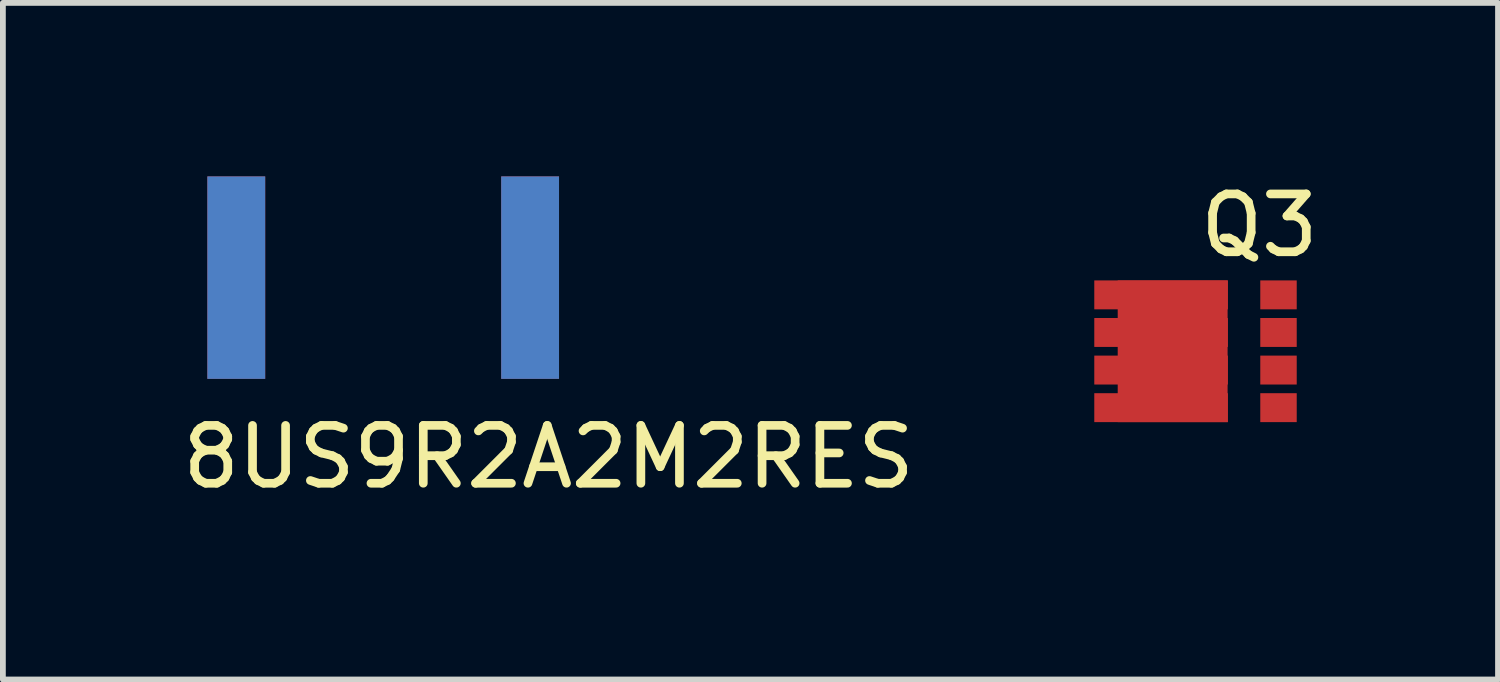
<source format=kicad_pcb>
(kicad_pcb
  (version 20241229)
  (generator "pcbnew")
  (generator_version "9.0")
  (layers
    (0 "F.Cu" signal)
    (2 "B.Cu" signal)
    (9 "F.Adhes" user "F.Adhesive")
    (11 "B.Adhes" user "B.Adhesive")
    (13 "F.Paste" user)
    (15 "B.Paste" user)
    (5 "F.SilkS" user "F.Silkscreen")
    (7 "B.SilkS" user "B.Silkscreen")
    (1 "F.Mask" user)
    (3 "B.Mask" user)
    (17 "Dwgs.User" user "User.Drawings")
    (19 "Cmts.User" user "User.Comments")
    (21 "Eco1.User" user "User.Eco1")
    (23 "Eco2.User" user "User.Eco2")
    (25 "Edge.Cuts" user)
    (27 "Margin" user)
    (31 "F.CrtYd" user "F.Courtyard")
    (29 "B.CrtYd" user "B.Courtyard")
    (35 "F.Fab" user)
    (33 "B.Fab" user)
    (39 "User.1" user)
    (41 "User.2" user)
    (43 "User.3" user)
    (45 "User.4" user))
  (footprint "8US9R2A2M2RES"
    (layer "F.Cu")
    (at 1.035 1.75)
    (property "Reference" "8US9R2A2M2RES" (at 5.4 3.1 0) (layer "F.SilkS") (effects (font (size 1 1) (thickness 0.15))))
    (attr through_hole)
    (pad "1" smd rect (at 5.08 0) (size 1 3.5) (layers "F.Mask" "B.Cu" "F.Paste"))
    (pad "3" smd rect (at 0 0) (size 1 3.5) (layers "F.Mask" "B.Cu" "F.Paste"))
    (pad "4" smd rect (at 5.08 0) (size 1 3.5) (layers "F.Cu" "F.Mask" "F.Paste"))
    (pad "6" smd rect (at 0 0) (size 1 3.5) (layers "F.Cu" "F.Mask" "F.Paste")))
  (footprint "Q3"
    (layer "F.Cu")
    (at 17.024 2.048)
    (property "Reference" "Q3" (at 1.7 -1.2 0) (layer "F.SilkS") (effects (font (size 1 1) (thickness 0.15))))
    (attr through_hole)
    (pad "1" smd rect (at 2.03 1.95) (size 0.63 0.5) (layers "F.Cu" "F.Mask" "F.Paste"))
    (pad "2" smd rect (at 2.03 1.3) (size 0.63 0.5) (layers "F.Cu" "F.Mask" "F.Paste"))
    (pad "3" smd rect (at 2.03 0.65) (size 0.63 0.5) (layers "F.Cu" "F.Mask" "F.Paste"))
    (pad "4" smd rect (at 2.03 0) (size 0.63 0.5) (layers "F.Cu" "F.Mask" "F.Paste"))
    (pad "5" smd rect (at 0 0) (size 2.31 0.5) (layers "F.Cu" "F.Mask" "F.Paste"))
    (pad "5" smd rect (at 0.2 0.975) (size 1.9 2.45) (layers "F.Cu" "F.Mask" "F.Paste"))
    (pad "6" smd rect (at 0 0.65) (size 2.31 0.5) (layers "F.Cu" "F.Mask" "F.Paste"))
    (pad "7" smd rect (at 0 1.3) (size 2.31 0.5) (layers "F.Cu" "F.Mask" "F.Paste"))
    (pad "8" smd rect (at 0 1.95) (size 2.31 0.5) (layers "F.Cu" "F.Mask" "F.Paste")))
  (gr_rect
    (start -3 -3)
    (end 22.849 8.698)
    (stroke (width 0.1) (type default))
    (fill no)
    (layer "Edge.Cuts")))
</source>
